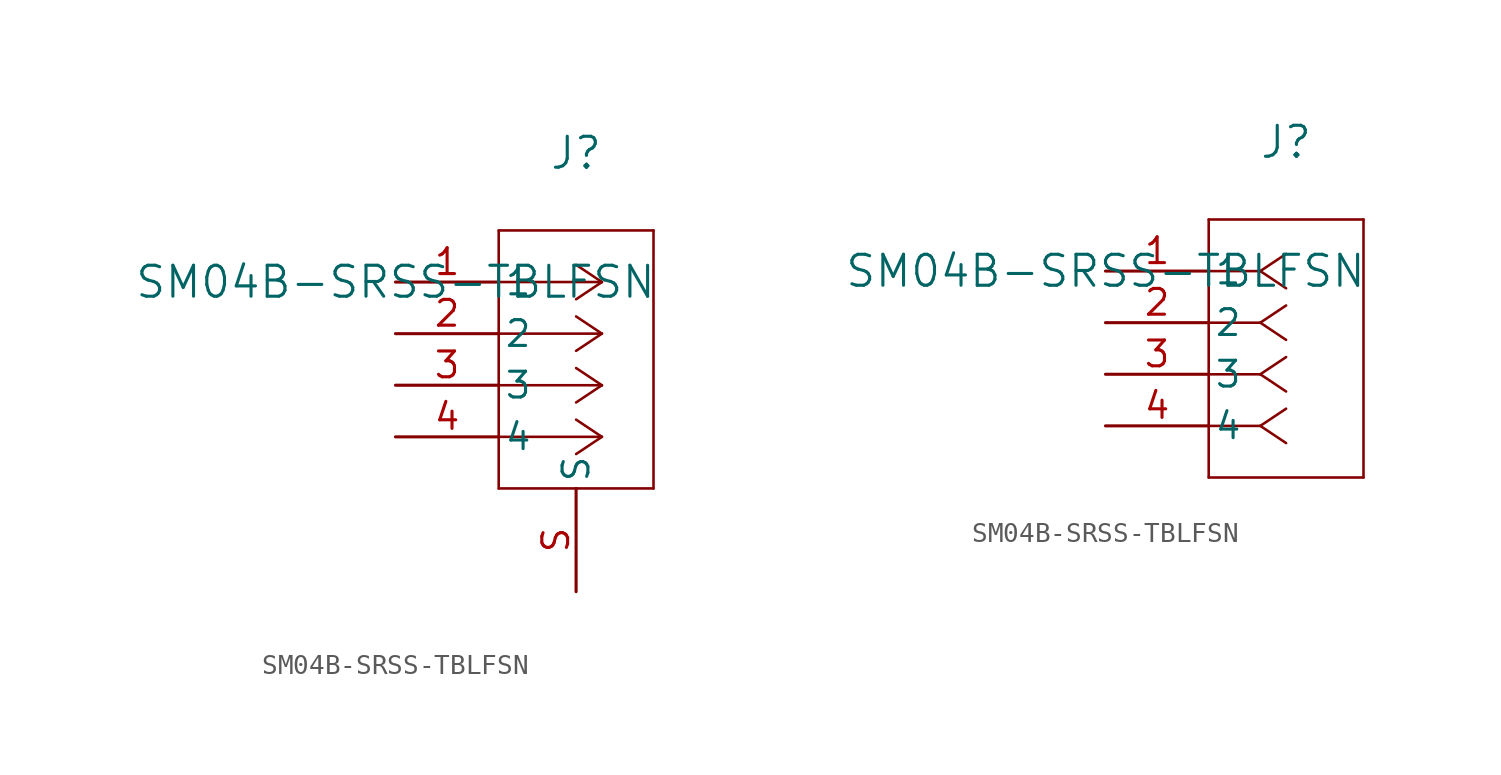
<source format=kicad_sym>
(kicad_symbol_lib
  (version 20231120)
  (generator "kicad_symbol_editor")
  (generator_version "8.0")
  (symbol "SM04B-SRSS-TBLFSN"
    (pin_names
      (offset 0.254))
    (property "Reference" "J"
      (at 8.89 6.35 0)
      (effects (font (size 1.524 1.524))))
    (property "Value" "SM04B-SRSS-TBLFSN"
      (at 0 0 0)
      (effects (font (size 1.524 1.524))))
    (property "ki_locked" ""
      (at 0 0 0)
      (effects (font (size 1.27 1.27))))
    (symbol "SM04B-SRSS-TBLFSN_1_1"
      (polyline (pts (xy 5.08 -10.16) (xy 12.7 -10.16)) (stroke (width 0.127) (type default)) (fill (type none)))
      (polyline (pts (xy 5.08 2.54) (xy 5.08 -10.16)) (stroke (width 0.127) (type default)) (fill (type none)))
      (polyline (pts (xy 10.16 -7.62) (xy 5.08 -7.62)) (stroke (width 0.127) (type default)) (fill (type none)))
      (polyline (pts (xy 10.16 -7.62) (xy 8.89 -8.467)) (stroke (width 0.127) (type default)) (fill (type none)))
      (polyline (pts (xy 10.16 -7.62) (xy 8.89 -6.773)) (stroke (width 0.127) (type default)) (fill (type none)))
      (polyline (pts (xy 10.16 -5.08) (xy 5.08 -5.08)) (stroke (width 0.127) (type default)) (fill (type none)))
      (polyline (pts (xy 10.16 -5.08) (xy 8.89 -5.927)) (stroke (width 0.127) (type default)) (fill (type none)))
      (polyline (pts (xy 10.16 -5.08) (xy 8.89 -4.233)) (stroke (width 0.127) (type default)) (fill (type none)))
      (polyline (pts (xy 10.16 -2.54) (xy 5.08 -2.54)) (stroke (width 0.127) (type default)) (fill (type none)))
      (polyline (pts (xy 10.16 -2.54) (xy 8.89 -3.387)) (stroke (width 0.127) (type default)) (fill (type none)))
      (polyline (pts (xy 10.16 -2.54) (xy 8.89 -1.693)) (stroke (width 0.127) (type default)) (fill (type none)))
      (polyline (pts (xy 10.16 0) (xy 5.08 0)) (stroke (width 0.127) (type default)) (fill (type none)))
      (polyline (pts (xy 10.16 0) (xy 8.89 -0.847)) (stroke (width 0.127) (type default)) (fill (type none)))
      (polyline (pts (xy 10.16 0) (xy 8.89 0.847)) (stroke (width 0.127) (type default)) (fill (type none)))
      (polyline (pts (xy 12.7 -10.16) (xy 12.7 2.54)) (stroke (width 0.127) (type default)) (fill (type none)))
      (polyline (pts (xy 12.7 2.54) (xy 5.08 2.54)) (stroke (width 0.127) (type default)) (fill (type none)))
      (pin passive line (at 0 0 0) (length 5.08) (name "1" (effects (font (size 1.27 1.27)))) (number "1" (effects (font (size 1.27 1.27)))))
      (pin passive line (at 0 -2.54 0) (length 5.08) (name "2" (effects (font (size 1.27 1.27)))) (number "2" (effects (font (size 1.27 1.27)))))
      (pin passive line (at 0 -5.08 0) (length 5.08) (name "3" (effects (font (size 1.27 1.27)))) (number "3" (effects (font (size 1.27 1.27)))))
      (pin passive line (at 0 -7.62 0) (length 5.08) (name "4" (effects (font (size 1.27 1.27)))) (number "4" (effects (font (size 1.27 1.27)))))
      (pin passive line (at 8.89 -15.24 90) (length 5.08) (name "S" (effects (font (size 1.27 1.27)))) (number "S" (effects (font (size 1.27 1.27))))))
    (symbol "SM04B-SRSS-TBLFSN_1_2"
      (polyline (pts (xy 5.08 -10.16) (xy 12.7 -10.16)) (stroke (width 0.127) (type default)) (fill (type none)))
      (polyline (pts (xy 5.08 2.54) (xy 5.08 -10.16)) (stroke (width 0.127) (type default)) (fill (type none)))
      (polyline (pts (xy 7.62 -7.62) (xy 5.08 -7.62)) (stroke (width 0.127) (type default)) (fill (type none)))
      (polyline (pts (xy 7.62 -7.62) (xy 8.89 -8.467)) (stroke (width 0.127) (type default)) (fill (type none)))
      (polyline (pts (xy 7.62 -7.62) (xy 8.89 -6.773)) (stroke (width 0.127) (type default)) (fill (type none)))
      (polyline (pts (xy 7.62 -5.08) (xy 5.08 -5.08)) (stroke (width 0.127) (type default)) (fill (type none)))
      (polyline (pts (xy 7.62 -5.08) (xy 8.89 -5.927)) (stroke (width 0.127) (type default)) (fill (type none)))
      (polyline (pts (xy 7.62 -5.08) (xy 8.89 -4.233)) (stroke (width 0.127) (type default)) (fill (type none)))
      (polyline (pts (xy 7.62 -2.54) (xy 5.08 -2.54)) (stroke (width 0.127) (type default)) (fill (type none)))
      (polyline (pts (xy 7.62 -2.54) (xy 8.89 -3.387)) (stroke (width 0.127) (type default)) (fill (type none)))
      (polyline (pts (xy 7.62 -2.54) (xy 8.89 -1.693)) (stroke (width 0.127) (type default)) (fill (type none)))
      (polyline (pts (xy 7.62 0) (xy 5.08 0)) (stroke (width 0.127) (type default)) (fill (type none)))
      (polyline (pts (xy 7.62 0) (xy 8.89 -0.847)) (stroke (width 0.127) (type default)) (fill (type none)))
      (polyline (pts (xy 7.62 0) (xy 8.89 0.847)) (stroke (width 0.127) (type default)) (fill (type none)))
      (polyline (pts (xy 12.7 -10.16) (xy 12.7 2.54)) (stroke (width 0.127) (type default)) (fill (type none)))
      (polyline (pts (xy 12.7 2.54) (xy 5.08 2.54)) (stroke (width 0.127) (type default)) (fill (type none)))
      (pin unspecified line (at 0 0 0) (length 5.08) (name "1" (effects (font (size 1.27 1.27)))) (number "1" (effects (font (size 1.27 1.27)))))
      (pin unspecified line (at 0 -2.54 0) (length 5.08) (name "2" (effects (font (size 1.27 1.27)))) (number "2" (effects (font (size 1.27 1.27)))))
      (pin unspecified line (at 0 -5.08 0) (length 5.08) (name "3" (effects (font (size 1.27 1.27)))) (number "3" (effects (font (size 1.27 1.27)))))
      (pin unspecified line (at 0 -7.62 0) (length 5.08) (name "4" (effects (font (size 1.27 1.27)))) (number "4" (effects (font (size 1.27 1.27))))))))
</source>
